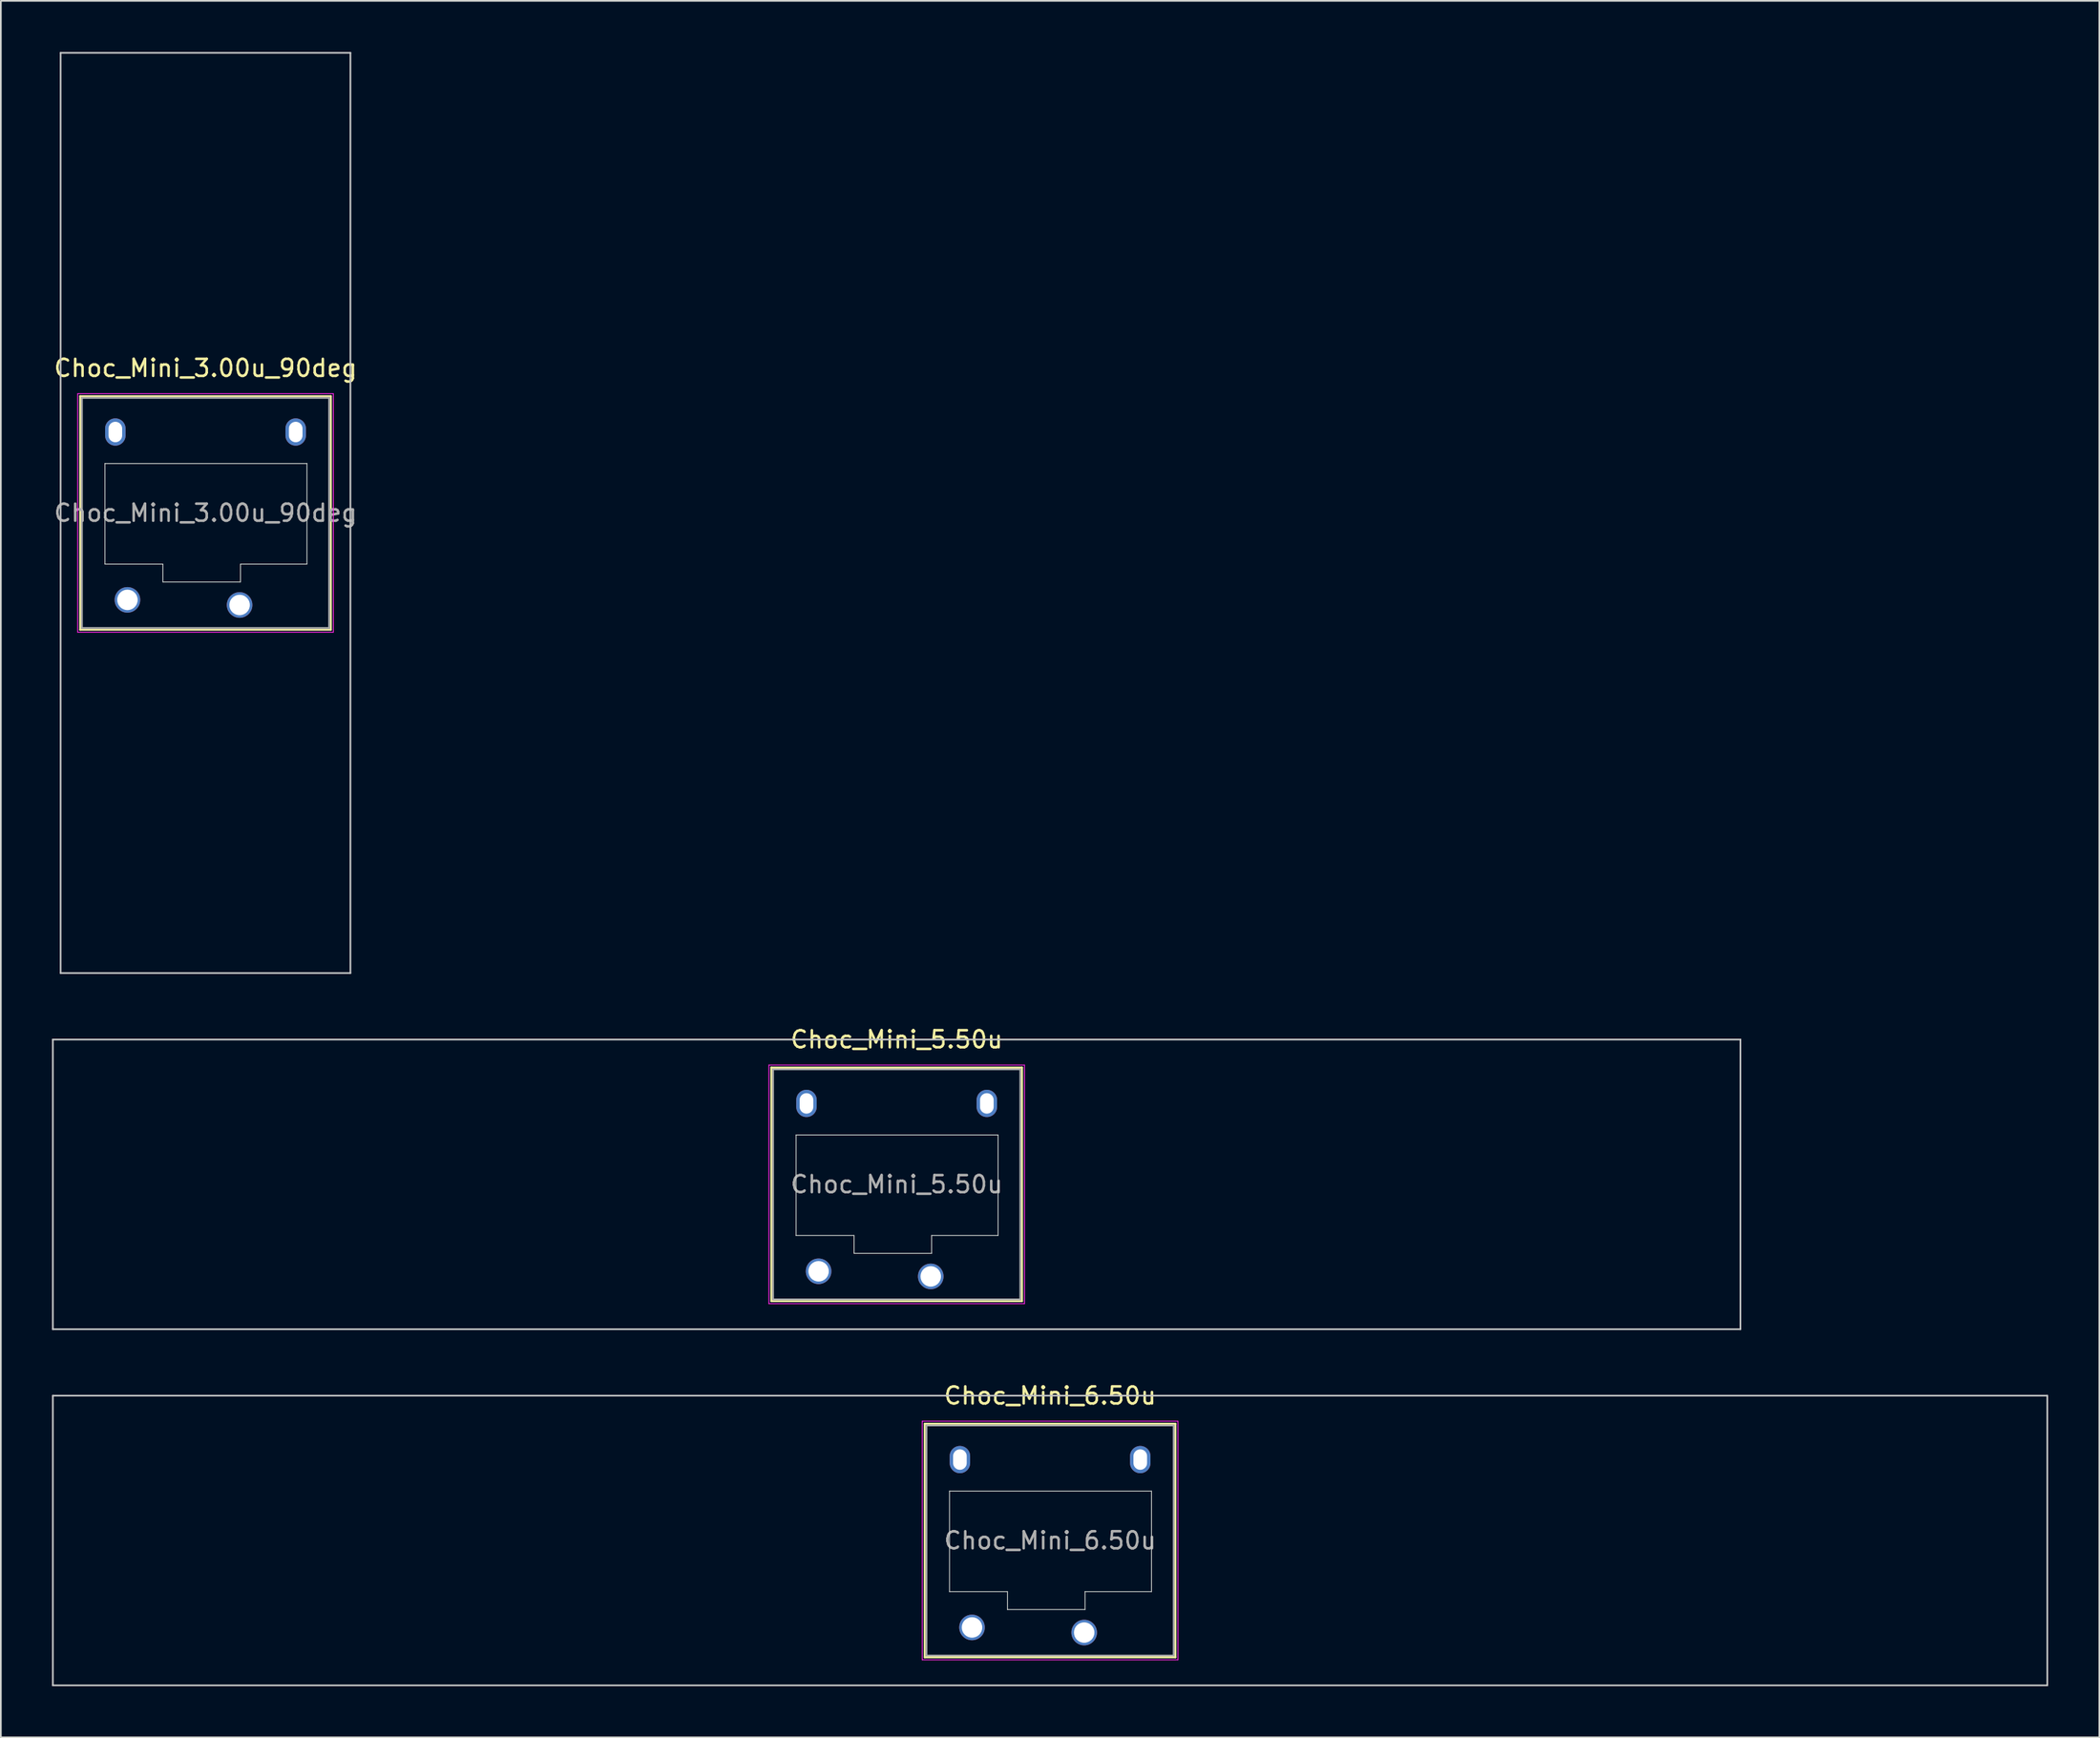
<source format=kicad_pcb>
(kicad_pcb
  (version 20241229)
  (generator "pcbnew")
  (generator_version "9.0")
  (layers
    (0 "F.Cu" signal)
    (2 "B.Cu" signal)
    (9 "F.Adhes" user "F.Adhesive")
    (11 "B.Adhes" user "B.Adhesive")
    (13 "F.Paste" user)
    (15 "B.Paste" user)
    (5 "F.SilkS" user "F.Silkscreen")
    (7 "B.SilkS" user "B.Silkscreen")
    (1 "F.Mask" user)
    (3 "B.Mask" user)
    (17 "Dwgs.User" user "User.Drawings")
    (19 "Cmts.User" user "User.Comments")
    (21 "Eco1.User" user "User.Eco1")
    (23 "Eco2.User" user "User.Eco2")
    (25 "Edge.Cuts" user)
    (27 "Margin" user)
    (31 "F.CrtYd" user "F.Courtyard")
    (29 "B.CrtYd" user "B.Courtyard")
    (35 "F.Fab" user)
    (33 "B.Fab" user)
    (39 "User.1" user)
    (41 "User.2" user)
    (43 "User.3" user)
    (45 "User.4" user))
  (footprint "Choc_Mini_6.50u"
    (layer "F.Cu")
    (at 58.55 87.347)
    (property "Reference" "Choc_Mini_6.50u" (at 0 -8.5 0) (layer "F.SilkS") (effects (font (size 1 1) (thickness 0.15))))
    (attr through_hole)
    (fp_line (start -7.35 -6.85) (end -7.35 6.85) (stroke (width 0.12) (type solid)) (layer "F.SilkS"))
    (fp_line (start -7.35 6.85) (end 7.35 6.85) (stroke (width 0.12) (type solid)) (layer "F.SilkS"))
    (fp_line (start 7.35 -6.85) (end -7.35 -6.85) (stroke (width 0.12) (type solid)) (layer "F.SilkS"))
    (fp_line (start 7.35 6.85) (end 7.35 -6.85) (stroke (width 0.12) (type solid)) (layer "F.SilkS"))
    (fp_line (start -58.5 -8.5) (end -58.5 8.5) (stroke (width 0.1) (type solid)) (layer "Dwgs.User"))
    (fp_line (start -58.5 8.5) (end 58.5 8.5) (stroke (width 0.1) (type solid)) (layer "Dwgs.User"))
    (fp_line (start 58.5 -8.5) (end -58.5 -8.5) (stroke (width 0.1) (type solid)) (layer "Dwgs.User"))
    (fp_line (start 58.5 8.5) (end 58.5 -8.5) (stroke (width 0.1) (type solid)) (layer "Dwgs.User"))
    (fp_line (start -6.85 -6.35) (end -6.85 6.35) (stroke (width 0.1) (type solid)) (layer "Eco1.User"))
    (fp_line (start -6.85 6.35) (end 6.85 6.35) (stroke (width 0.1) (type solid)) (layer "Eco1.User"))
    (fp_line (start 6.85 -6.35) (end -6.85 -6.35) (stroke (width 0.1) (type solid)) (layer "Eco1.User"))
    (fp_line (start 6.85 6.35) (end 6.85 -6.35) (stroke (width 0.1) (type solid)) (layer "Eco1.User"))
    (fp_line (start -5.9 -2.9) (end -5.9 3) (stroke (width 0.05) (type solid)) (layer "Edge.Cuts"))
    (fp_line (start -5.9 3) (end -2.5 3) (stroke (width 0.05) (type solid)) (layer "Edge.Cuts"))
    (fp_line (start -2.5 3) (end -2.5 4.05) (stroke (width 0.05) (type solid)) (layer "Edge.Cuts"))
    (fp_line (start -2.5 4.05) (end 2.05 4.05) (stroke (width 0.05) (type solid)) (layer "Edge.Cuts"))
    (fp_line (start 2.05 3) (end 5.95 3) (stroke (width 0.05) (type solid)) (layer "Edge.Cuts"))
    (fp_line (start 2.05 4.05) (end 2.05 3) (stroke (width 0.05) (type solid)) (layer "Edge.Cuts"))
    (fp_line (start 5.95 -2.9) (end -5.9 -2.9) (stroke (width 0.05) (type solid)) (layer "Edge.Cuts"))
    (fp_line (start 5.95 3) (end 5.95 -2.9) (stroke (width 0.05) (type solid)) (layer "Edge.Cuts"))
    (fp_line (start -7.5 -7) (end -7.5 7) (stroke (width 0.05) (type solid)) (layer "F.CrtYd"))
    (fp_line (start -7.5 7) (end 7.5 7) (stroke (width 0.05) (type solid)) (layer "F.CrtYd"))
    (fp_line (start 7.5 -7) (end -7.5 -7) (stroke (width 0.05) (type solid)) (layer "F.CrtYd"))
    (fp_line (start 7.5 7) (end 7.5 -7) (stroke (width 0.05) (type solid)) (layer "F.CrtYd"))
    (fp_line (start -7.25 -6.75) (end -7.25 6.75) (stroke (width 0.1) (type solid)) (layer "F.Fab"))
    (fp_line (start -7.25 6.75) (end 7.25 6.75) (stroke (width 0.1) (type solid)) (layer "F.Fab"))
    (fp_line (start 7.25 -6.75) (end -7.25 -6.75) (stroke (width 0.1) (type solid)) (layer "F.Fab"))
    (fp_line (start 7.25 6.75) (end 7.25 -6.75) (stroke (width 0.1) (type solid)) (layer "F.Fab"))
    (fp_text user "${REFERENCE}" (at 0 0 0) (layer "F.Fab") (effects (font (size 1 1) (thickness 0.15))))
    (pad "" np_thru_hole oval (at -5.29 -4.75) (size 1.2 1.6) (drill oval 0.8 1.2) (layers "*.Cu" "*.Mask"))
    (pad "" np_thru_hole oval (at 5.29 -4.75) (size 1.2 1.6) (drill oval 0.8 1.2) (layers "*.Cu" "*.Mask"))
    (pad "1" thru_hole circle (at 2 5.4) (size 1.5 1.5) (drill 1.2) (layers "*.Cu" "*.Mask"))
    (pad "2" thru_hole circle (at -4.58 5.1) (size 1.5 1.5) (drill 1.2) (layers "*.Cu" "*.Mask")))
  (footprint "Choc_Mini_3.00u_90deg"
    (layer "F.Cu")
    (at 9.006 27.05)
    (property "Reference" "Choc_Mini_3.00u_90deg" (at 0 -8.5 0) (layer "F.SilkS") (effects (font (size 1 1) (thickness 0.15))))
    (attr through_hole)
    (fp_line (start -7.35 -6.85) (end -7.35 6.85) (stroke (width 0.12) (type solid)) (layer "F.SilkS"))
    (fp_line (start -7.35 6.85) (end 7.35 6.85) (stroke (width 0.12) (type solid)) (layer "F.SilkS"))
    (fp_line (start 7.35 -6.85) (end -7.35 -6.85) (stroke (width 0.12) (type solid)) (layer "F.SilkS"))
    (fp_line (start 7.35 6.85) (end 7.35 -6.85) (stroke (width 0.12) (type solid)) (layer "F.SilkS"))
    (fp_line (start -8.5 -27) (end 8.5 -27) (stroke (width 0.1) (type solid)) (layer "Dwgs.User"))
    (fp_line (start -8.5 27) (end -8.5 -27) (stroke (width 0.1) (type solid)) (layer "Dwgs.User"))
    (fp_line (start 8.5 -27) (end 8.5 27) (stroke (width 0.1) (type solid)) (layer "Dwgs.User"))
    (fp_line (start 8.5 27) (end -8.5 27) (stroke (width 0.1) (type solid)) (layer "Dwgs.User"))
    (fp_line (start -6.85 -6.35) (end -6.85 6.35) (stroke (width 0.1) (type solid)) (layer "Eco1.User"))
    (fp_line (start -6.85 6.35) (end 6.85 6.35) (stroke (width 0.1) (type solid)) (layer "Eco1.User"))
    (fp_line (start 6.85 -6.35) (end -6.85 -6.35) (stroke (width 0.1) (type solid)) (layer "Eco1.User"))
    (fp_line (start 6.85 6.35) (end 6.85 -6.35) (stroke (width 0.1) (type solid)) (layer "Eco1.User"))
    (fp_line (start -5.9 -2.9) (end -5.9 3) (stroke (width 0.05) (type solid)) (layer "Edge.Cuts"))
    (fp_line (start -5.9 3) (end -2.5 3) (stroke (width 0.05) (type solid)) (layer "Edge.Cuts"))
    (fp_line (start -2.5 3) (end -2.5 4.05) (stroke (width 0.05) (type solid)) (layer "Edge.Cuts"))
    (fp_line (start -2.5 4.05) (end 2.05 4.05) (stroke (width 0.05) (type solid)) (layer "Edge.Cuts"))
    (fp_line (start 2.05 3) (end 5.95 3) (stroke (width 0.05) (type solid)) (layer "Edge.Cuts"))
    (fp_line (start 2.05 4.05) (end 2.05 3) (stroke (width 0.05) (type solid)) (layer "Edge.Cuts"))
    (fp_line (start 5.95 -2.9) (end -5.9 -2.9) (stroke (width 0.05) (type solid)) (layer "Edge.Cuts"))
    (fp_line (start 5.95 3) (end 5.95 -2.9) (stroke (width 0.05) (type solid)) (layer "Edge.Cuts"))
    (fp_line (start -7.5 -7) (end -7.5 7) (stroke (width 0.05) (type solid)) (layer "F.CrtYd"))
    (fp_line (start -7.5 7) (end 7.5 7) (stroke (width 0.05) (type solid)) (layer "F.CrtYd"))
    (fp_line (start 7.5 -7) (end -7.5 -7) (stroke (width 0.05) (type solid)) (layer "F.CrtYd"))
    (fp_line (start 7.5 7) (end 7.5 -7) (stroke (width 0.05) (type solid)) (layer "F.CrtYd"))
    (fp_line (start -7.25 -6.75) (end -7.25 6.75) (stroke (width 0.1) (type solid)) (layer "F.Fab"))
    (fp_line (start -7.25 6.75) (end 7.25 6.75) (stroke (width 0.1) (type solid)) (layer "F.Fab"))
    (fp_line (start 7.25 -6.75) (end -7.25 -6.75) (stroke (width 0.1) (type solid)) (layer "F.Fab"))
    (fp_line (start 7.25 6.75) (end 7.25 -6.75) (stroke (width 0.1) (type solid)) (layer "F.Fab"))
    (fp_text user "${REFERENCE}" (at 0 0 0) (layer "F.Fab") (effects (font (size 1 1) (thickness 0.15))))
    (pad "" np_thru_hole oval (at -5.29 -4.75) (size 1.2 1.6) (drill oval 0.8 1.2) (layers "*.Cu" "*.Mask"))
    (pad "" np_thru_hole oval (at 5.29 -4.75) (size 1.2 1.6) (drill oval 0.8 1.2) (layers "*.Cu" "*.Mask"))
    (pad "1" thru_hole circle (at 2 5.4) (size 1.5 1.5) (drill 1.2) (layers "*.Cu" "*.Mask"))
    (pad "2" thru_hole circle (at -4.58 5.1) (size 1.5 1.5) (drill 1.2) (layers "*.Cu" "*.Mask")))
  (footprint "Choc_Mini_5.50u"
    (layer "F.Cu")
    (at 49.55 66.448)
    (property "Reference" "Choc_Mini_5.50u" (at 0 -8.5 0) (layer "F.SilkS") (effects (font (size 1 1) (thickness 0.15))))
    (attr through_hole)
    (fp_line (start -7.35 -6.85) (end -7.35 6.85) (stroke (width 0.12) (type solid)) (layer "F.SilkS"))
    (fp_line (start -7.35 6.85) (end 7.35 6.85) (stroke (width 0.12) (type solid)) (layer "F.SilkS"))
    (fp_line (start 7.35 -6.85) (end -7.35 -6.85) (stroke (width 0.12) (type solid)) (layer "F.SilkS"))
    (fp_line (start 7.35 6.85) (end 7.35 -6.85) (stroke (width 0.12) (type solid)) (layer "F.SilkS"))
    (fp_line (start -49.5 -8.5) (end -49.5 8.5) (stroke (width 0.1) (type solid)) (layer "Dwgs.User"))
    (fp_line (start -49.5 8.5) (end 49.5 8.5) (stroke (width 0.1) (type solid)) (layer "Dwgs.User"))
    (fp_line (start 49.5 -8.5) (end -49.5 -8.5) (stroke (width 0.1) (type solid)) (layer "Dwgs.User"))
    (fp_line (start 49.5 8.5) (end 49.5 -8.5) (stroke (width 0.1) (type solid)) (layer "Dwgs.User"))
    (fp_line (start -6.85 -6.35) (end -6.85 6.35) (stroke (width 0.1) (type solid)) (layer "Eco1.User"))
    (fp_line (start -6.85 6.35) (end 6.85 6.35) (stroke (width 0.1) (type solid)) (layer "Eco1.User"))
    (fp_line (start 6.85 -6.35) (end -6.85 -6.35) (stroke (width 0.1) (type solid)) (layer "Eco1.User"))
    (fp_line (start 6.85 6.35) (end 6.85 -6.35) (stroke (width 0.1) (type solid)) (layer "Eco1.User"))
    (fp_line (start -5.9 -2.9) (end -5.9 3) (stroke (width 0.05) (type solid)) (layer "Edge.Cuts"))
    (fp_line (start -5.9 3) (end -2.5 3) (stroke (width 0.05) (type solid)) (layer "Edge.Cuts"))
    (fp_line (start -2.5 3) (end -2.5 4.05) (stroke (width 0.05) (type solid)) (layer "Edge.Cuts"))
    (fp_line (start -2.5 4.05) (end 2.05 4.05) (stroke (width 0.05) (type solid)) (layer "Edge.Cuts"))
    (fp_line (start 2.05 3) (end 5.95 3) (stroke (width 0.05) (type solid)) (layer "Edge.Cuts"))
    (fp_line (start 2.05 4.05) (end 2.05 3) (stroke (width 0.05) (type solid)) (layer "Edge.Cuts"))
    (fp_line (start 5.95 -2.9) (end -5.9 -2.9) (stroke (width 0.05) (type solid)) (layer "Edge.Cuts"))
    (fp_line (start 5.95 3) (end 5.95 -2.9) (stroke (width 0.05) (type solid)) (layer "Edge.Cuts"))
    (fp_line (start -7.5 -7) (end -7.5 7) (stroke (width 0.05) (type solid)) (layer "F.CrtYd"))
    (fp_line (start -7.5 7) (end 7.5 7) (stroke (width 0.05) (type solid)) (layer "F.CrtYd"))
    (fp_line (start 7.5 -7) (end -7.5 -7) (stroke (width 0.05) (type solid)) (layer "F.CrtYd"))
    (fp_line (start 7.5 7) (end 7.5 -7) (stroke (width 0.05) (type solid)) (layer "F.CrtYd"))
    (fp_line (start -7.25 -6.75) (end -7.25 6.75) (stroke (width 0.1) (type solid)) (layer "F.Fab"))
    (fp_line (start -7.25 6.75) (end 7.25 6.75) (stroke (width 0.1) (type solid)) (layer "F.Fab"))
    (fp_line (start 7.25 -6.75) (end -7.25 -6.75) (stroke (width 0.1) (type solid)) (layer "F.Fab"))
    (fp_line (start 7.25 6.75) (end 7.25 -6.75) (stroke (width 0.1) (type solid)) (layer "F.Fab"))
    (fp_text user "${REFERENCE}" (at 0 0 0) (layer "F.Fab") (effects (font (size 1 1) (thickness 0.15))))
    (pad "" np_thru_hole oval (at -5.29 -4.75) (size 1.2 1.6) (drill oval 0.8 1.2) (layers "*.Cu" "*.Mask"))
    (pad "" np_thru_hole oval (at 5.29 -4.75) (size 1.2 1.6) (drill oval 0.8 1.2) (layers "*.Cu" "*.Mask"))
    (pad "1" thru_hole circle (at 2 5.4) (size 1.5 1.5) (drill 1.2) (layers "*.Cu" "*.Mask"))
    (pad "2" thru_hole circle (at -4.58 5.1) (size 1.5 1.5) (drill 1.2) (layers "*.Cu" "*.Mask")))
  (gr_rect
    (start -3 -3)
    (end 120.1 98.897)
    (stroke (width 0.1) (type default))
    (fill no)
    (layer "Edge.Cuts")))
</source>
